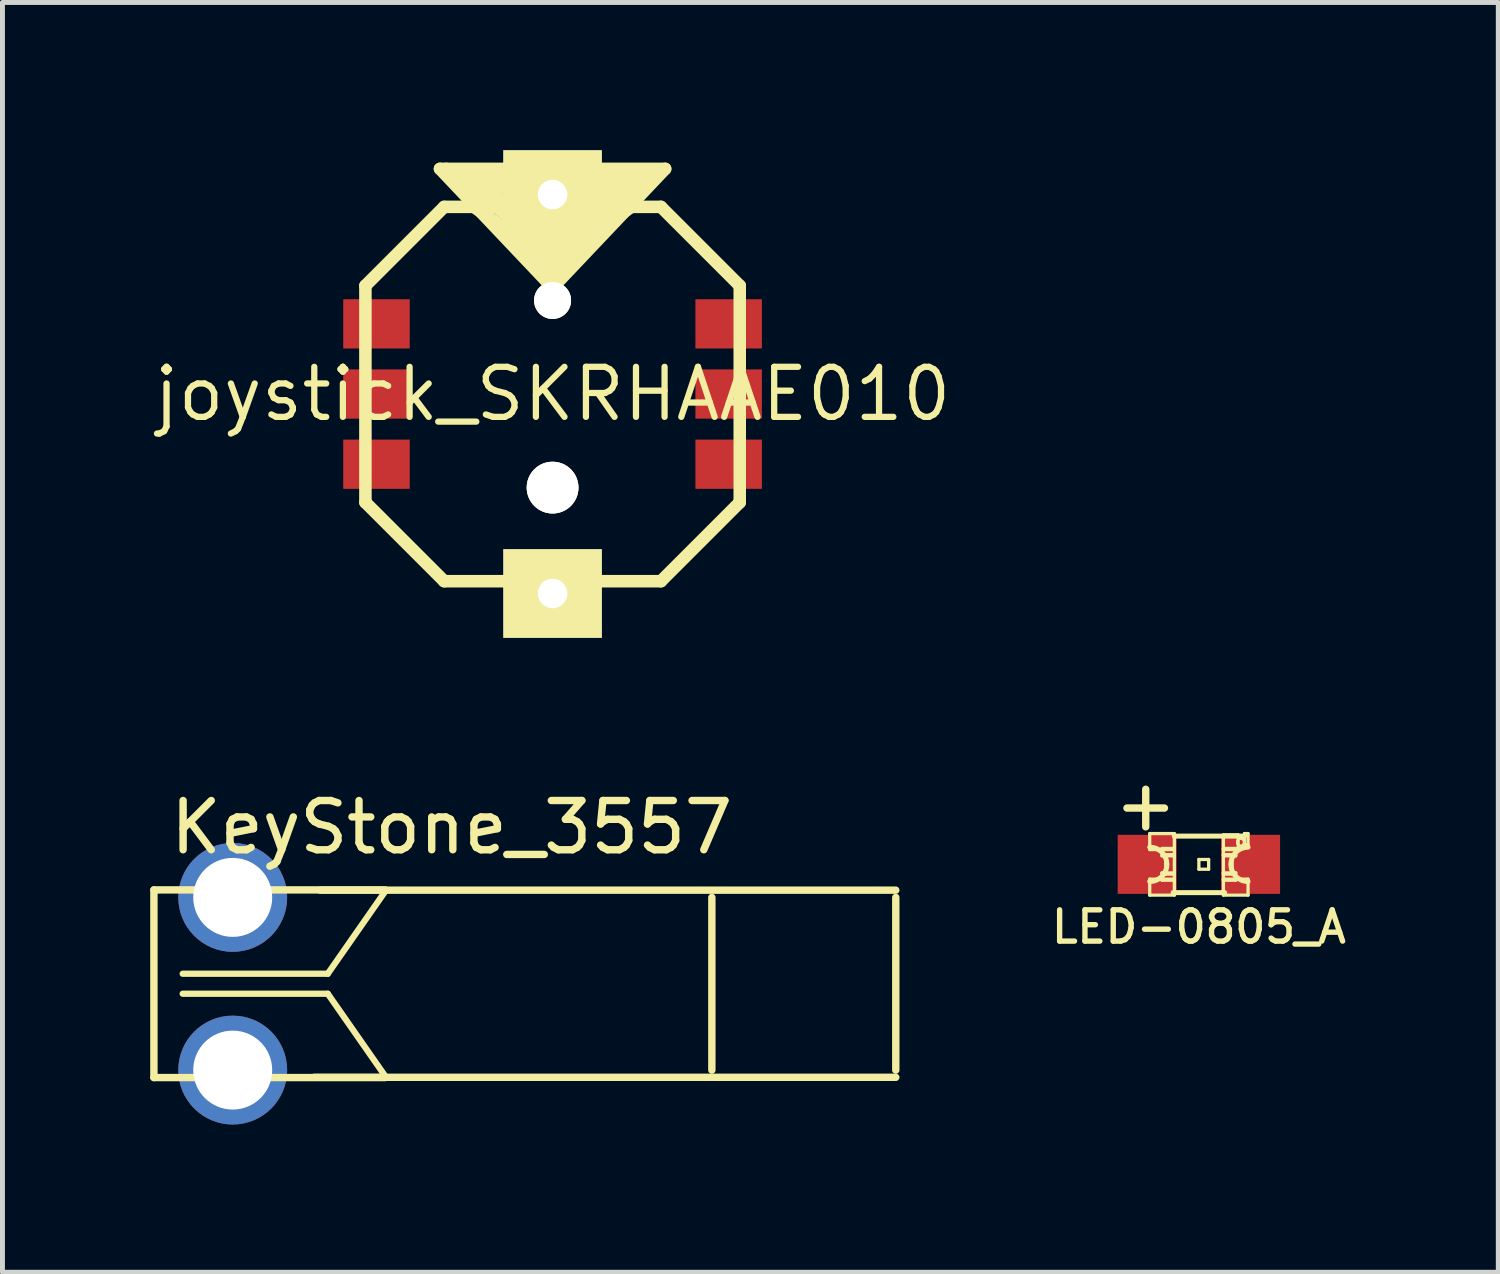
<source format=kicad_pcb>
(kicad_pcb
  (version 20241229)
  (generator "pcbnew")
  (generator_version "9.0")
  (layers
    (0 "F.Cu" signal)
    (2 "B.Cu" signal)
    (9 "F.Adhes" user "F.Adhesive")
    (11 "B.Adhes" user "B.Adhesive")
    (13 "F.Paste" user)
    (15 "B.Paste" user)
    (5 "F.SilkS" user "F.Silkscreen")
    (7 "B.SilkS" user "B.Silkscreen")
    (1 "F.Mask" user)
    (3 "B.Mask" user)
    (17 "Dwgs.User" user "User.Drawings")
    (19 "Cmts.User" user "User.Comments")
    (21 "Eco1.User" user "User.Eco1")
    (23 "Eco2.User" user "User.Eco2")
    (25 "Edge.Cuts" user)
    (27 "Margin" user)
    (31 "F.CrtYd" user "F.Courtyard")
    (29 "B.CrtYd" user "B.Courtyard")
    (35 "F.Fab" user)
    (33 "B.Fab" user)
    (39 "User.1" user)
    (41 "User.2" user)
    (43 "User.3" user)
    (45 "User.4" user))
  (footprint "joystick_SKRHAAE010"
    (layer "F.Cu")
    (at 8.169 4.95)
    (property "Reference" "joystick_SKRHAAE010" (at 0 0 0) (layer "F.SilkS") (effects (font (size 1.016 1.016) (thickness 0.127))))
    (attr through_hole)
    (fp_line (start -3.8 -2.2) (end -2.2 -3.8) (stroke (width 0.254) (type solid)) (layer "F.SilkS"))
    (fp_line (start -3.8 2.2) (end -3.8 -2.2) (stroke (width 0.254) (type solid)) (layer "F.SilkS"))
    (fp_line (start -2.2 -3.8) (end 2.2 -3.8) (stroke (width 0.254) (type solid)) (layer "F.SilkS"))
    (fp_line (start -2.2 3.8) (end -3.8 2.2) (stroke (width 0.254) (type solid)) (layer "F.SilkS"))
    (fp_line (start -2.159 -4.572) (end 0 -2.921) (stroke (width 0.254) (type solid)) (layer "F.SilkS"))
    (fp_line (start -1.778 -4.445) (end 0 -3.175) (stroke (width 0.254) (type solid)) (layer "F.SilkS"))
    (fp_line (start -1.6 -3.8) (end 0 -2.7) (stroke (width 0.254) (type solid)) (layer "F.SilkS"))
    (fp_line (start -1.524 -4.318) (end 1.016 -4.064) (stroke (width 0.254) (type solid)) (layer "F.SilkS"))
    (fp_line (start -1.27 -4.191) (end 1.143 -4.191) (stroke (width 0.254) (type solid)) (layer "F.SilkS"))
    (fp_line (start -1.143 -3.937) (end 0.635 -3.683) (stroke (width 0.254) (type solid)) (layer "F.SilkS"))
    (fp_line (start -0.635 -3.556) (end 0.508 -3.429) (stroke (width 0.254) (type solid)) (layer "F.SilkS"))
    (fp_line (start -0.635 -2.921) (end 0 -2.413) (stroke (width 0.254) (type solid)) (layer "F.SilkS"))
    (fp_line (start -0.254 -3.302) (end 0.127 -2.667) (stroke (width 0.254) (type solid)) (layer "F.SilkS"))
    (fp_line (start 0 -3.175) (end 1.651 -4.445) (stroke (width 0.254) (type solid)) (layer "F.SilkS"))
    (fp_line (start 0 -2.921) (end 1.905 -4.445) (stroke (width 0.254) (type solid)) (layer "F.SilkS"))
    (fp_line (start 0 -2.7) (end 1.6 -3.8) (stroke (width 0.254) (type solid)) (layer "F.SilkS"))
    (fp_line (start 0 -2.413) (end 0.508 -2.921) (stroke (width 0.254) (type solid)) (layer "F.SilkS"))
    (fp_line (start 0 -2.159) (end -2.286 -4.572) (stroke (width 0.254) (type solid)) (layer "F.SilkS"))
    (fp_line (start 0 -2.159) (end 2.286 -4.572) (stroke (width 0.254) (type solid)) (layer "F.SilkS"))
    (fp_line (start 0.127 -2.667) (end 1.778 -4.318) (stroke (width 0.254) (type solid)) (layer "F.SilkS"))
    (fp_line (start 0.508 -3.429) (end -0.254 -3.302) (stroke (width 0.254) (type solid)) (layer "F.SilkS"))
    (fp_line (start 0.635 -3.683) (end -0.635 -3.556) (stroke (width 0.254) (type solid)) (layer "F.SilkS"))
    (fp_line (start 1.016 -4.064) (end -1.143 -3.937) (stroke (width 0.254) (type solid)) (layer "F.SilkS"))
    (fp_line (start 1.143 -4.191) (end -1.524 -4.318) (stroke (width 0.254) (type solid)) (layer "F.SilkS"))
    (fp_line (start 1.651 -4.445) (end -1.27 -4.191) (stroke (width 0.254) (type solid)) (layer "F.SilkS"))
    (fp_line (start 1.905 -4.445) (end -1.778 -4.445) (stroke (width 0.254) (type solid)) (layer "F.SilkS"))
    (fp_line (start 2.2 -3.8) (end 3.8 -2.2) (stroke (width 0.254) (type solid)) (layer "F.SilkS"))
    (fp_line (start 2.2 3.8) (end -2.2 3.8) (stroke (width 0.254) (type solid)) (layer "F.SilkS"))
    (fp_line (start 2.286 -4.572) (end -2.286 -4.572) (stroke (width 0.254) (type solid)) (layer "F.SilkS"))
    (fp_line (start 3.8 -2.2) (end 3.8 2.2) (stroke (width 0.254) (type solid)) (layer "F.SilkS"))
    (fp_line (start 3.8 2.2) (end 2.2 3.8) (stroke (width 0.254) (type solid)) (layer "F.SilkS"))
    (pad "" thru_hole circle (at 0 -1.9) (size 0.75 0.75) (drill 0.75) (layers "*.Cu" "*.Mask" "F.SilkS"))
    (pad "" thru_hole circle (at 0 1.9) (size 1.05 1.05) (drill 1.05) (layers "*.Cu" "*.Mask" "F.SilkS"))
    (pad "1" smd rect (at -3.575 -1.425) (size 1.35 1) (layers "F.Cu" "F.Mask" "F.Paste"))
    (pad "2" smd rect (at -3.575 0) (size 1.35 1) (layers "F.Cu" "F.Mask" "F.Paste"))
    (pad "3" smd rect (at -3.575 1.425) (size 1.35 1) (layers "F.Cu" "F.Mask" "F.Paste"))
    (pad "4" smd rect (at 3.575 -1.425) (size 1.35 1) (layers "F.Cu" "F.Mask" "F.Paste"))
    (pad "5" smd rect (at 3.575 0) (size 1.35 1) (layers "F.Cu" "F.Mask" "F.Paste"))
    (pad "6" smd rect (at 3.575 1.425) (size 1.35 1) (layers "F.Cu" "F.Mask" "F.Paste"))
    (pad "7" thru_hole rect (at 0 -4.05) (size 2 1.8) (drill 0.6) (layers "*.Mask" "F.Cu" "F.SilkS"))
    (pad "7" thru_hole rect (at 0 4.05) (size 2 1.8) (drill 0.6) (layers "*.Mask" "F.Cu" "F.SilkS")))
  (footprint "KeyStone_3557"
    (layer "F.Cu")
    (at 1.675 16.923)
    (property "Reference" "KeyStone_3557" (at 4.445 -3.175 0) (layer "F.SilkS") (effects (font (size 1 1) (thickness 0.15))))
    (attr through_hole)
    (fp_line (start -1.6 -1.905) (end -1.6 1.905) (stroke (width 0.15) (type solid)) (layer "F.SilkS"))
    (fp_line (start 1.778 -1.9) (end 13.462 -1.9) (stroke (width 0.15) (type solid)) (layer "F.SilkS"))
    (fp_line (start 1.93 -0.203) (end -1.016 -0.203) (stroke (width 0.127) (type solid)) (layer "F.SilkS"))
    (fp_line (start 1.93 0.203) (end -1.016 0.203) (stroke (width 0.127) (type solid)) (layer "F.SilkS"))
    (fp_line (start 3.099 -1.905) (end -1.6 -1.905) (stroke (width 0.15) (type solid)) (layer "F.SilkS"))
    (fp_line (start 3.099 -1.88) (end 1.93 -0.203) (stroke (width 0.127) (type solid)) (layer "F.SilkS"))
    (fp_line (start 3.099 1.88) (end 1.93 0.203) (stroke (width 0.127) (type solid)) (layer "F.SilkS"))
    (fp_line (start 3.099 1.905) (end -1.6 1.905) (stroke (width 0.15) (type solid)) (layer "F.SilkS"))
    (fp_line (start 9.728 1.753) (end 9.728 -1.753) (stroke (width 0.15) (type solid)) (layer "F.SilkS"))
    (fp_line (start 13.462 1.753) (end 13.462 -1.753) (stroke (width 0.15) (type solid)) (layer "F.SilkS"))
    (fp_line (start 13.462 1.9) (end 1.651 1.9) (stroke (width 0.15) (type solid)) (layer "F.SilkS"))
    (pad "1" thru_hole circle (at 0 -1.753) (size 2.21 2.21) (drill 1.603) (layers "*.Cu" "*.Mask"))
    (pad "1" thru_hole circle (at 0 1.753) (size 2.21 2.21) (drill 1.603) (layers "*.Cu" "*.Mask")))
  (footprint "LED-0805_A"
    (layer "F.Cu")
    (at 21.291 14.499)
    (property "Reference" "LED-0805_A" (at 0 1.27 0) (layer "F.SilkS") (effects (font (size 0.635 0.635) (thickness 0.109))))
    (attr smd)
    (fp_line (start -1.46 -1.143) (end -0.699 -1.143) (stroke (width 0.15) (type solid)) (layer "F.SilkS"))
    (fp_line (start -1.079 -0.762) (end -1.079 -1.524) (stroke (width 0.15) (type solid)) (layer "F.SilkS"))
    (fp_line (start -0.998 -0.625) (end -0.998 -0.3) (stroke (width 0.066) (type solid)) (layer "F.SilkS"))
    (fp_line (start -0.998 -0.625) (end -0.498 -0.625) (stroke (width 0.066) (type solid)) (layer "F.SilkS"))
    (fp_line (start -0.998 -0.3) (end -0.498 -0.3) (stroke (width 0.066) (type solid)) (layer "F.SilkS"))
    (fp_line (start -0.998 0.3) (end -0.998 0.625) (stroke (width 0.066) (type solid)) (layer "F.SilkS"))
    (fp_line (start -0.998 0.3) (end -0.498 0.3) (stroke (width 0.066) (type solid)) (layer "F.SilkS"))
    (fp_line (start -0.998 0.625) (end -0.498 0.625) (stroke (width 0.066) (type solid)) (layer "F.SilkS"))
    (fp_line (start -0.749 -0.323) (end -0.749 -0.173) (stroke (width 0.066) (type solid)) (layer "F.SilkS"))
    (fp_line (start -0.749 -0.323) (end -0.498 -0.323) (stroke (width 0.066) (type solid)) (layer "F.SilkS"))
    (fp_line (start -0.749 -0.173) (end -0.498 -0.173) (stroke (width 0.066) (type solid)) (layer "F.SilkS"))
    (fp_line (start -0.749 0.173) (end -0.749 0.323) (stroke (width 0.066) (type solid)) (layer "F.SilkS"))
    (fp_line (start -0.749 0.173) (end -0.498 0.173) (stroke (width 0.066) (type solid)) (layer "F.SilkS"))
    (fp_line (start -0.749 0.323) (end -0.498 0.323) (stroke (width 0.066) (type solid)) (layer "F.SilkS"))
    (fp_line (start -0.673 -0.198) (end -0.673 0.198) (stroke (width 0.066) (type solid)) (layer "F.SilkS"))
    (fp_line (start -0.673 -0.198) (end -0.498 -0.198) (stroke (width 0.066) (type solid)) (layer "F.SilkS"))
    (fp_line (start -0.673 0.198) (end -0.498 0.198) (stroke (width 0.066) (type solid)) (layer "F.SilkS"))
    (fp_line (start -0.498 -0.625) (end -0.498 -0.3) (stroke (width 0.066) (type solid)) (layer "F.SilkS"))
    (fp_line (start -0.498 -0.574) (end 0.925 -0.574) (stroke (width 0.102) (type solid)) (layer "F.SilkS"))
    (fp_line (start -0.498 -0.323) (end -0.498 -0.173) (stroke (width 0.066) (type solid)) (layer "F.SilkS"))
    (fp_line (start -0.498 -0.198) (end -0.498 0.198) (stroke (width 0.066) (type solid)) (layer "F.SilkS"))
    (fp_line (start -0.498 0.173) (end -0.498 0.323) (stroke (width 0.066) (type solid)) (layer "F.SilkS"))
    (fp_line (start -0.498 0.3) (end -0.498 0.625) (stroke (width 0.066) (type solid)) (layer "F.SilkS"))
    (fp_line (start 0 -0.099) (end 0 0.099) (stroke (width 0.066) (type solid)) (layer "F.SilkS"))
    (fp_line (start 0 -0.099) (end 0.198 -0.099) (stroke (width 0.066) (type solid)) (layer "F.SilkS"))
    (fp_line (start 0 0.099) (end 0.198 0.099) (stroke (width 0.066) (type solid)) (layer "F.SilkS"))
    (fp_line (start 0.198 -0.099) (end 0.198 0.099) (stroke (width 0.066) (type solid)) (layer "F.SilkS"))
    (fp_line (start 0.498 -0.599) (end 0.498 -0.3) (stroke (width 0.066) (type solid)) (layer "F.SilkS"))
    (fp_line (start 0.498 -0.599) (end 0.798 -0.599) (stroke (width 0.066) (type solid)) (layer "F.SilkS"))
    (fp_line (start 0.498 -0.323) (end 0.498 -0.173) (stroke (width 0.066) (type solid)) (layer "F.SilkS"))
    (fp_line (start 0.498 -0.323) (end 0.749 -0.323) (stroke (width 0.066) (type solid)) (layer "F.SilkS"))
    (fp_line (start 0.498 -0.3) (end 0.798 -0.3) (stroke (width 0.066) (type solid)) (layer "F.SilkS"))
    (fp_line (start 0.498 -0.198) (end 0.498 0.198) (stroke (width 0.066) (type solid)) (layer "F.SilkS"))
    (fp_line (start 0.498 -0.198) (end 0.673 -0.198) (stroke (width 0.066) (type solid)) (layer "F.SilkS"))
    (fp_line (start 0.498 -0.173) (end 0.749 -0.173) (stroke (width 0.066) (type solid)) (layer "F.SilkS"))
    (fp_line (start 0.498 0.173) (end 0.498 0.323) (stroke (width 0.066) (type solid)) (layer "F.SilkS"))
    (fp_line (start 0.498 0.173) (end 0.749 0.173) (stroke (width 0.066) (type solid)) (layer "F.SilkS"))
    (fp_line (start 0.498 0.198) (end 0.673 0.198) (stroke (width 0.066) (type solid)) (layer "F.SilkS"))
    (fp_line (start 0.498 0.3) (end 0.498 0.625) (stroke (width 0.066) (type solid)) (layer "F.SilkS"))
    (fp_line (start 0.498 0.3) (end 0.998 0.3) (stroke (width 0.066) (type solid)) (layer "F.SilkS"))
    (fp_line (start 0.498 0.323) (end 0.749 0.323) (stroke (width 0.066) (type solid)) (layer "F.SilkS"))
    (fp_line (start 0.498 0.625) (end 0.998 0.625) (stroke (width 0.066) (type solid)) (layer "F.SilkS"))
    (fp_line (start 0.523 0.574) (end -0.523 0.574) (stroke (width 0.102) (type solid)) (layer "F.SilkS"))
    (fp_line (start 0.673 -0.198) (end 0.673 0.198) (stroke (width 0.066) (type solid)) (layer "F.SilkS"))
    (fp_line (start 0.749 -0.323) (end 0.749 -0.173) (stroke (width 0.066) (type solid)) (layer "F.SilkS"))
    (fp_line (start 0.749 0.173) (end 0.749 0.323) (stroke (width 0.066) (type solid)) (layer "F.SilkS"))
    (fp_line (start 0.798 -0.599) (end 0.798 -0.3) (stroke (width 0.066) (type solid)) (layer "F.SilkS"))
    (fp_line (start 0.925 -0.625) (end 0.925 -0.399) (stroke (width 0.066) (type solid)) (layer "F.SilkS"))
    (fp_line (start 0.925 -0.625) (end 0.998 -0.625) (stroke (width 0.066) (type solid)) (layer "F.SilkS"))
    (fp_line (start 0.925 -0.399) (end 0.998 -0.399) (stroke (width 0.066) (type solid)) (layer "F.SilkS"))
    (fp_line (start 0.998 -0.625) (end 0.998 -0.399) (stroke (width 0.066) (type solid)) (layer "F.SilkS"))
    (fp_line (start 0.998 0.3) (end 0.998 0.625) (stroke (width 0.066) (type solid)) (layer "F.SilkS"))
    (fp_arc (start -0.99822 -0.34798) (mid -0.65024 0) (end -0.99822 0.34798) (stroke (width 0.1016) (type solid)) (layer "F.SilkS"))
    (fp_arc (start 0.99822 0.34798) (mid 0.65024 0) (end 0.99822 -0.34798) (stroke (width 0.1016) (type solid)) (layer "F.SilkS"))
    (fp_circle (center 0.848 -0.45) (end 0.899 -0.5) (stroke (width 0.051) (type solid)) (fill no) (layer "F.SilkS"))
    (pad "1" smd rect (at -1.049 0) (size 1.199 1.199) (layers "F.Cu" "F.Mask" "F.Paste"))
    (pad "2" smd rect (at 1.049 0) (size 1.199 1.199) (layers "F.Cu" "F.Mask" "F.Paste")))
  (gr_rect
    (start -3 -3)
    (end 27.37 22.781)
    (stroke (width 0.1) (type default))
    (fill no)
    (layer "Edge.Cuts")))
</source>
